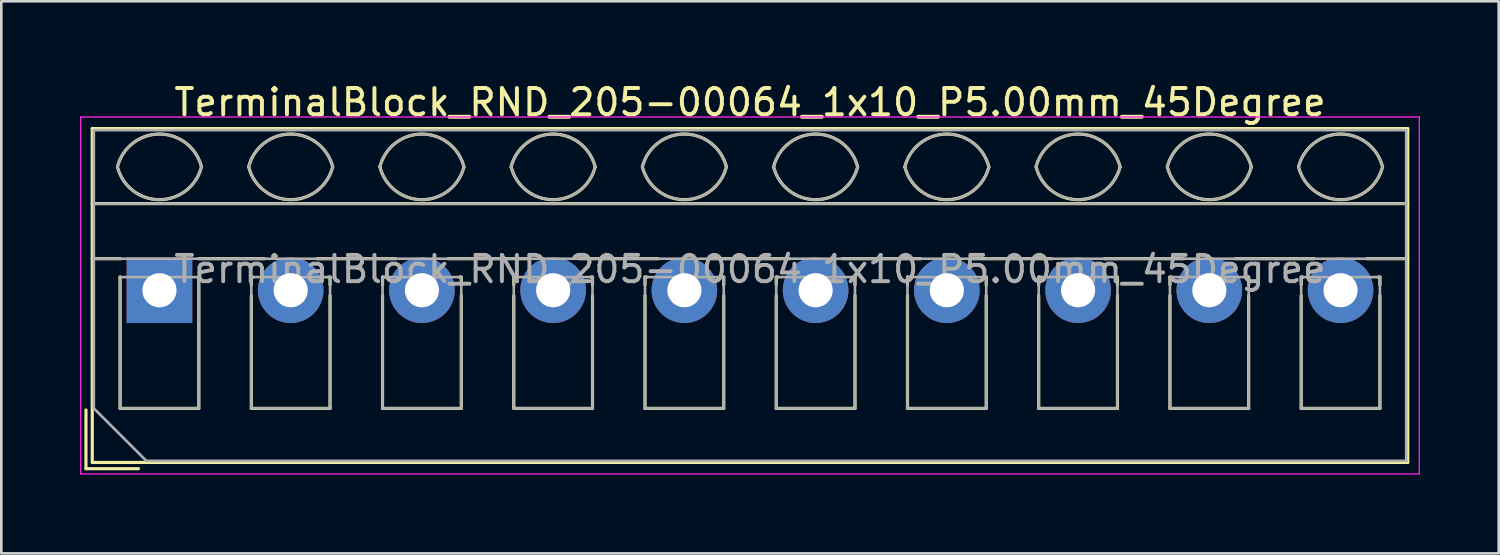
<source format=kicad_pcb>
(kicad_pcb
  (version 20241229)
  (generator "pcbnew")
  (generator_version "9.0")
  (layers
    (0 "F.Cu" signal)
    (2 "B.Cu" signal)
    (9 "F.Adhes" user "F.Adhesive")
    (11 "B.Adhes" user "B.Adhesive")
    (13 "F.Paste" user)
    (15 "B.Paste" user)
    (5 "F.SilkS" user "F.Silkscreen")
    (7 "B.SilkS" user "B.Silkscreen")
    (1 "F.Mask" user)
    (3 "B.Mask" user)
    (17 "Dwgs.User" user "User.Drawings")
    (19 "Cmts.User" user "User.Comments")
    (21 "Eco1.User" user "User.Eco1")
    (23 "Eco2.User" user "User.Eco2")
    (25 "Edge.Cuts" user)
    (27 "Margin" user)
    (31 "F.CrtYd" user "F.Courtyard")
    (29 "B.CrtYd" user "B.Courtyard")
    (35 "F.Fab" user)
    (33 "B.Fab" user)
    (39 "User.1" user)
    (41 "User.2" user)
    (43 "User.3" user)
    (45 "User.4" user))
  (footprint "TerminalBlock_RND_205-00064_1x10_P5.00mm_45Degree"
    (layer "F.Cu")
    (at 3.025 8.008)
    (property "Reference" "TerminalBlock_RND_205-00064_1x10_P5.00mm_45Degree" (at 22.5 -7.16 0) (layer "F.SilkS") (effects (font (size 1 1) (thickness 0.15))))
    (attr through_hole)
    (fp_line (start -2.8 4.56) (end -2.8 6.8) (stroke (width 0.12) (type solid)) (layer "F.SilkS"))
    (fp_line (start -2.8 6.8) (end -0.8 6.8) (stroke (width 0.12) (type solid)) (layer "F.SilkS"))
    (fp_line (start -2.56 -6.16) (end -2.56 6.56) (stroke (width 0.12) (type solid)) (layer "F.SilkS"))
    (fp_line (start -2.56 -6.16) (end 47.56 -6.16) (stroke (width 0.12) (type solid)) (layer "F.SilkS"))
    (fp_line (start -2.56 -3.301) (end 47.56 -3.301) (stroke (width 0.12) (type solid)) (layer "F.SilkS"))
    (fp_line (start -2.56 -1.201) (end -1.49 -1.201) (stroke (width 0.12) (type solid)) (layer "F.SilkS"))
    (fp_line (start -2.56 6.56) (end 47.56 6.56) (stroke (width 0.12) (type solid)) (layer "F.SilkS"))
    (fp_line (start -1.5 -0.5) (end -1.5 4.5) (stroke (width 0.12) (type solid)) (layer "F.SilkS"))
    (fp_line (start -1.5 -0.5) (end -1.49 -0.5) (stroke (width 0.12) (type solid)) (layer "F.SilkS"))
    (fp_line (start -1.5 4.5) (end 1.5 4.5) (stroke (width 0.12) (type solid)) (layer "F.SilkS"))
    (fp_line (start 1.49 -1.201) (end 4 -1.201) (stroke (width 0.12) (type solid)) (layer "F.SilkS"))
    (fp_line (start 1.49 -0.5) (end 1.5 -0.5) (stroke (width 0.12) (type solid)) (layer "F.SilkS"))
    (fp_line (start 1.5 -0.5) (end 1.5 4.5) (stroke (width 0.12) (type solid)) (layer "F.SilkS"))
    (fp_line (start 3.5 -0.5) (end 3.5 -0.202) (stroke (width 0.12) (type solid)) (layer "F.SilkS"))
    (fp_line (start 3.5 -0.5) (end 3.57 -0.5) (stroke (width 0.12) (type solid)) (layer "F.SilkS"))
    (fp_line (start 3.5 0.202) (end 3.5 4.5) (stroke (width 0.12) (type solid)) (layer "F.SilkS"))
    (fp_line (start 3.5 4.5) (end 6.5 4.5) (stroke (width 0.12) (type solid)) (layer "F.SilkS"))
    (fp_line (start 6.001 -1.201) (end 9 -1.201) (stroke (width 0.12) (type solid)) (layer "F.SilkS"))
    (fp_line (start 6.431 -0.5) (end 6.5 -0.5) (stroke (width 0.12) (type solid)) (layer "F.SilkS"))
    (fp_line (start 6.5 -0.5) (end 6.5 -0.202) (stroke (width 0.12) (type solid)) (layer "F.SilkS"))
    (fp_line (start 6.5 0.202) (end 6.5 4.5) (stroke (width 0.12) (type solid)) (layer "F.SilkS"))
    (fp_line (start 8.5 -0.5) (end 8.5 -0.202) (stroke (width 0.12) (type solid)) (layer "F.SilkS"))
    (fp_line (start 8.5 -0.5) (end 8.57 -0.5) (stroke (width 0.12) (type solid)) (layer "F.SilkS"))
    (fp_line (start 8.5 0.202) (end 8.5 4.5) (stroke (width 0.12) (type solid)) (layer "F.SilkS"))
    (fp_line (start 8.5 4.5) (end 11.5 4.5) (stroke (width 0.12) (type solid)) (layer "F.SilkS"))
    (fp_line (start 11.001 -1.201) (end 14 -1.201) (stroke (width 0.12) (type solid)) (layer "F.SilkS"))
    (fp_line (start 11.431 -0.5) (end 11.5 -0.5) (stroke (width 0.12) (type solid)) (layer "F.SilkS"))
    (fp_line (start 11.5 -0.5) (end 11.5 -0.202) (stroke (width 0.12) (type solid)) (layer "F.SilkS"))
    (fp_line (start 11.5 0.202) (end 11.5 4.5) (stroke (width 0.12) (type solid)) (layer "F.SilkS"))
    (fp_line (start 13.5 -0.5) (end 13.5 -0.202) (stroke (width 0.12) (type solid)) (layer "F.SilkS"))
    (fp_line (start 13.5 -0.5) (end 13.57 -0.5) (stroke (width 0.12) (type solid)) (layer "F.SilkS"))
    (fp_line (start 13.5 0.202) (end 13.5 4.5) (stroke (width 0.12) (type solid)) (layer "F.SilkS"))
    (fp_line (start 13.5 4.5) (end 16.5 4.5) (stroke (width 0.12) (type solid)) (layer "F.SilkS"))
    (fp_line (start 16.001 -1.201) (end 19 -1.201) (stroke (width 0.12) (type solid)) (layer "F.SilkS"))
    (fp_line (start 16.431 -0.5) (end 16.5 -0.5) (stroke (width 0.12) (type solid)) (layer "F.SilkS"))
    (fp_line (start 16.5 -0.5) (end 16.5 -0.202) (stroke (width 0.12) (type solid)) (layer "F.SilkS"))
    (fp_line (start 16.5 0.202) (end 16.5 4.5) (stroke (width 0.12) (type solid)) (layer "F.SilkS"))
    (fp_line (start 18.5 -0.5) (end 18.5 -0.202) (stroke (width 0.12) (type solid)) (layer "F.SilkS"))
    (fp_line (start 18.5 -0.5) (end 18.57 -0.5) (stroke (width 0.12) (type solid)) (layer "F.SilkS"))
    (fp_line (start 18.5 0.202) (end 18.5 4.5) (stroke (width 0.12) (type solid)) (layer "F.SilkS"))
    (fp_line (start 18.5 4.5) (end 21.5 4.5) (stroke (width 0.12) (type solid)) (layer "F.SilkS"))
    (fp_line (start 21.001 -1.201) (end 24 -1.201) (stroke (width 0.12) (type solid)) (layer "F.SilkS"))
    (fp_line (start 21.431 -0.5) (end 21.5 -0.5) (stroke (width 0.12) (type solid)) (layer "F.SilkS"))
    (fp_line (start 21.5 -0.5) (end 21.5 -0.202) (stroke (width 0.12) (type solid)) (layer "F.SilkS"))
    (fp_line (start 21.5 0.202) (end 21.5 4.5) (stroke (width 0.12) (type solid)) (layer "F.SilkS"))
    (fp_line (start 23.5 -0.5) (end 23.5 -0.202) (stroke (width 0.12) (type solid)) (layer "F.SilkS"))
    (fp_line (start 23.5 -0.5) (end 23.57 -0.5) (stroke (width 0.12) (type solid)) (layer "F.SilkS"))
    (fp_line (start 23.5 0.202) (end 23.5 4.5) (stroke (width 0.12) (type solid)) (layer "F.SilkS"))
    (fp_line (start 23.5 4.5) (end 26.5 4.5) (stroke (width 0.12) (type solid)) (layer "F.SilkS"))
    (fp_line (start 26.001 -1.201) (end 29 -1.201) (stroke (width 0.12) (type solid)) (layer "F.SilkS"))
    (fp_line (start 26.431 -0.5) (end 26.5 -0.5) (stroke (width 0.12) (type solid)) (layer "F.SilkS"))
    (fp_line (start 26.5 -0.5) (end 26.5 -0.202) (stroke (width 0.12) (type solid)) (layer "F.SilkS"))
    (fp_line (start 26.5 0.202) (end 26.5 4.5) (stroke (width 0.12) (type solid)) (layer "F.SilkS"))
    (fp_line (start 28.5 -0.5) (end 28.5 -0.202) (stroke (width 0.12) (type solid)) (layer "F.SilkS"))
    (fp_line (start 28.5 -0.5) (end 28.57 -0.5) (stroke (width 0.12) (type solid)) (layer "F.SilkS"))
    (fp_line (start 28.5 0.202) (end 28.5 4.5) (stroke (width 0.12) (type solid)) (layer "F.SilkS"))
    (fp_line (start 28.5 4.5) (end 31.5 4.5) (stroke (width 0.12) (type solid)) (layer "F.SilkS"))
    (fp_line (start 31.001 -1.201) (end 34 -1.201) (stroke (width 0.12) (type solid)) (layer "F.SilkS"))
    (fp_line (start 31.431 -0.5) (end 31.5 -0.5) (stroke (width 0.12) (type solid)) (layer "F.SilkS"))
    (fp_line (start 31.5 -0.5) (end 31.5 -0.202) (stroke (width 0.12) (type solid)) (layer "F.SilkS"))
    (fp_line (start 31.5 0.202) (end 31.5 4.5) (stroke (width 0.12) (type solid)) (layer "F.SilkS"))
    (fp_line (start 33.5 -0.5) (end 33.5 -0.202) (stroke (width 0.12) (type solid)) (layer "F.SilkS"))
    (fp_line (start 33.5 -0.5) (end 33.57 -0.5) (stroke (width 0.12) (type solid)) (layer "F.SilkS"))
    (fp_line (start 33.5 0.202) (end 33.5 4.5) (stroke (width 0.12) (type solid)) (layer "F.SilkS"))
    (fp_line (start 33.5 4.5) (end 36.5 4.5) (stroke (width 0.12) (type solid)) (layer "F.SilkS"))
    (fp_line (start 36.001 -1.201) (end 39 -1.201) (stroke (width 0.12) (type solid)) (layer "F.SilkS"))
    (fp_line (start 36.431 -0.5) (end 36.5 -0.5) (stroke (width 0.12) (type solid)) (layer "F.SilkS"))
    (fp_line (start 36.5 -0.5) (end 36.5 -0.202) (stroke (width 0.12) (type solid)) (layer "F.SilkS"))
    (fp_line (start 36.5 0.202) (end 36.5 4.5) (stroke (width 0.12) (type solid)) (layer "F.SilkS"))
    (fp_line (start 38.5 -0.5) (end 38.5 -0.202) (stroke (width 0.12) (type solid)) (layer "F.SilkS"))
    (fp_line (start 38.5 -0.5) (end 38.57 -0.5) (stroke (width 0.12) (type solid)) (layer "F.SilkS"))
    (fp_line (start 38.5 0.202) (end 38.5 4.5) (stroke (width 0.12) (type solid)) (layer "F.SilkS"))
    (fp_line (start 38.5 4.5) (end 41.5 4.5) (stroke (width 0.12) (type solid)) (layer "F.SilkS"))
    (fp_line (start 41.001 -1.201) (end 44 -1.201) (stroke (width 0.12) (type solid)) (layer "F.SilkS"))
    (fp_line (start 41.431 -0.5) (end 41.5 -0.5) (stroke (width 0.12) (type solid)) (layer "F.SilkS"))
    (fp_line (start 41.5 -0.5) (end 41.5 -0.202) (stroke (width 0.12) (type solid)) (layer "F.SilkS"))
    (fp_line (start 41.5 0.202) (end 41.5 4.5) (stroke (width 0.12) (type solid)) (layer "F.SilkS"))
    (fp_line (start 43.5 -0.5) (end 43.5 -0.202) (stroke (width 0.12) (type solid)) (layer "F.SilkS"))
    (fp_line (start 43.5 -0.5) (end 43.57 -0.5) (stroke (width 0.12) (type solid)) (layer "F.SilkS"))
    (fp_line (start 43.5 0.202) (end 43.5 4.5) (stroke (width 0.12) (type solid)) (layer "F.SilkS"))
    (fp_line (start 43.5 4.5) (end 46.5 4.5) (stroke (width 0.12) (type solid)) (layer "F.SilkS"))
    (fp_line (start 46.001 -1.201) (end 47.56 -1.201) (stroke (width 0.12) (type solid)) (layer "F.SilkS"))
    (fp_line (start 46.431 -0.5) (end 46.5 -0.5) (stroke (width 0.12) (type solid)) (layer "F.SilkS"))
    (fp_line (start 46.5 -0.5) (end 46.5 -0.202) (stroke (width 0.12) (type solid)) (layer "F.SilkS"))
    (fp_line (start 46.5 0.202) (end 46.5 4.5) (stroke (width 0.12) (type solid)) (layer "F.SilkS"))
    (fp_line (start 47.56 -6.16) (end 47.56 6.56) (stroke (width 0.12) (type solid)) (layer "F.SilkS"))
    (fp_arc (start -1.600914 -4.700344) (mid 0.000177 -5.95097) (end 1.601 -4.7) (stroke (width 0.12) (type solid)) (layer "F.SilkS"))
    (fp_arc (start 1.6 -4.7) (mid -0.000064 -3.45) (end -1.600031 -4.700125) (stroke (width 0.12) (type solid)) (layer "F.SilkS"))
    (fp_arc (start 3.399086 -4.700344) (mid 5.000177 -5.95097) (end 6.601 -4.7) (stroke (width 0.12) (type solid)) (layer "F.SilkS"))
    (fp_arc (start 6.6 -4.7) (mid 4.999936 -3.45) (end 3.399969 -4.700125) (stroke (width 0.12) (type solid)) (layer "F.SilkS"))
    (fp_arc (start 8.399086 -4.700344) (mid 10.000177 -5.95097) (end 11.601 -4.7) (stroke (width 0.12) (type solid)) (layer "F.SilkS"))
    (fp_arc (start 11.6 -4.7) (mid 9.999936 -3.45) (end 8.399969 -4.700125) (stroke (width 0.12) (type solid)) (layer "F.SilkS"))
    (fp_arc (start 13.399086 -4.700344) (mid 15.000177 -5.95097) (end 16.601 -4.7) (stroke (width 0.12) (type solid)) (layer "F.SilkS"))
    (fp_arc (start 16.6 -4.7) (mid 14.999936 -3.45) (end 13.399969 -4.700125) (stroke (width 0.12) (type solid)) (layer "F.SilkS"))
    (fp_arc (start 18.399086 -4.700344) (mid 20.000177 -5.95097) (end 21.601 -4.7) (stroke (width 0.12) (type solid)) (layer "F.SilkS"))
    (fp_arc (start 21.6 -4.7) (mid 19.999936 -3.45) (end 18.399969 -4.700125) (stroke (width 0.12) (type solid)) (layer "F.SilkS"))
    (fp_arc (start 23.399086 -4.700344) (mid 25.000177 -5.95097) (end 26.601 -4.7) (stroke (width 0.12) (type solid)) (layer "F.SilkS"))
    (fp_arc (start 26.6 -4.7) (mid 24.999936 -3.45) (end 23.399969 -4.700125) (stroke (width 0.12) (type solid)) (layer "F.SilkS"))
    (fp_arc (start 28.399086 -4.700344) (mid 30.000177 -5.95097) (end 31.601 -4.7) (stroke (width 0.12) (type solid)) (layer "F.SilkS"))
    (fp_arc (start 31.6 -4.7) (mid 29.999936 -3.45) (end 28.399969 -4.700125) (stroke (width 0.12) (type solid)) (layer "F.SilkS"))
    (fp_arc (start 33.399086 -4.700344) (mid 35.000177 -5.95097) (end 36.601 -4.7) (stroke (width 0.12) (type solid)) (layer "F.SilkS"))
    (fp_arc (start 36.6 -4.7) (mid 34.999936 -3.45) (end 33.399969 -4.700125) (stroke (width 0.12) (type solid)) (layer "F.SilkS"))
    (fp_arc (start 38.399086 -4.700344) (mid 40.000177 -5.95097) (end 41.601 -4.7) (stroke (width 0.12) (type solid)) (layer "F.SilkS"))
    (fp_arc (start 41.6 -4.7) (mid 39.999936 -3.45) (end 38.399969 -4.700125) (stroke (width 0.12) (type solid)) (layer "F.SilkS"))
    (fp_arc (start 43.399086 -4.700344) (mid 45.000177 -5.95097) (end 46.601 -4.7) (stroke (width 0.12) (type solid)) (layer "F.SilkS"))
    (fp_arc (start 46.6 -4.7) (mid 44.999936 -3.45) (end 43.399969 -4.700125) (stroke (width 0.12) (type solid)) (layer "F.SilkS"))
    (fp_line (start -3 -6.6) (end -3 7) (stroke (width 0.05) (type solid)) (layer "F.CrtYd"))
    (fp_line (start -3 7) (end 48 7) (stroke (width 0.05) (type solid)) (layer "F.CrtYd"))
    (fp_line (start 48 -6.6) (end -3 -6.6) (stroke (width 0.05) (type solid)) (layer "F.CrtYd"))
    (fp_line (start 48 7) (end 48 -6.6) (stroke (width 0.05) (type solid)) (layer "F.CrtYd"))
    (fp_line (start -2.5 -6.1) (end 47.5 -6.1) (stroke (width 0.1) (type solid)) (layer "F.Fab"))
    (fp_line (start -2.5 -3.3) (end 47.5 -3.3) (stroke (width 0.1) (type solid)) (layer "F.Fab"))
    (fp_line (start -2.5 -1.2) (end 47.5 -1.2) (stroke (width 0.1) (type solid)) (layer "F.Fab"))
    (fp_line (start -2.5 4.5) (end -2.5 -6.1) (stroke (width 0.1) (type solid)) (layer "F.Fab"))
    (fp_line (start -1.5 -0.5) (end -1.5 4.5) (stroke (width 0.1) (type solid)) (layer "F.Fab"))
    (fp_line (start -1.5 4.5) (end 1.5 4.5) (stroke (width 0.1) (type solid)) (layer "F.Fab"))
    (fp_line (start -0.5 6.5) (end -2.5 4.5) (stroke (width 0.1) (type solid)) (layer "F.Fab"))
    (fp_line (start 1.5 -0.5) (end -1.5 -0.5) (stroke (width 0.1) (type solid)) (layer "F.Fab"))
    (fp_line (start 1.5 4.5) (end 1.5 -0.5) (stroke (width 0.1) (type solid)) (layer "F.Fab"))
    (fp_line (start 3.5 -0.5) (end 3.5 4.5) (stroke (width 0.1) (type solid)) (layer "F.Fab"))
    (fp_line (start 3.5 4.5) (end 6.5 4.5) (stroke (width 0.1) (type solid)) (layer "F.Fab"))
    (fp_line (start 6.5 -0.5) (end 3.5 -0.5) (stroke (width 0.1) (type solid)) (layer "F.Fab"))
    (fp_line (start 6.5 4.5) (end 6.5 -0.5) (stroke (width 0.1) (type solid)) (layer "F.Fab"))
    (fp_line (start 8.5 -0.5) (end 8.5 4.5) (stroke (width 0.1) (type solid)) (layer "F.Fab"))
    (fp_line (start 8.5 4.5) (end 11.5 4.5) (stroke (width 0.1) (type solid)) (layer "F.Fab"))
    (fp_line (start 11.5 -0.5) (end 8.5 -0.5) (stroke (width 0.1) (type solid)) (layer "F.Fab"))
    (fp_line (start 11.5 4.5) (end 11.5 -0.5) (stroke (width 0.1) (type solid)) (layer "F.Fab"))
    (fp_line (start 13.5 -0.5) (end 13.5 4.5) (stroke (width 0.1) (type solid)) (layer "F.Fab"))
    (fp_line (start 13.5 4.5) (end 16.5 4.5) (stroke (width 0.1) (type solid)) (layer "F.Fab"))
    (fp_line (start 16.5 -0.5) (end 13.5 -0.5) (stroke (width 0.1) (type solid)) (layer "F.Fab"))
    (fp_line (start 16.5 4.5) (end 16.5 -0.5) (stroke (width 0.1) (type solid)) (layer "F.Fab"))
    (fp_line (start 18.5 -0.5) (end 18.5 4.5) (stroke (width 0.1) (type solid)) (layer "F.Fab"))
    (fp_line (start 18.5 4.5) (end 21.5 4.5) (stroke (width 0.1) (type solid)) (layer "F.Fab"))
    (fp_line (start 21.5 -0.5) (end 18.5 -0.5) (stroke (width 0.1) (type solid)) (layer "F.Fab"))
    (fp_line (start 21.5 4.5) (end 21.5 -0.5) (stroke (width 0.1) (type solid)) (layer "F.Fab"))
    (fp_line (start 23.5 -0.5) (end 23.5 4.5) (stroke (width 0.1) (type solid)) (layer "F.Fab"))
    (fp_line (start 23.5 4.5) (end 26.5 4.5) (stroke (width 0.1) (type solid)) (layer "F.Fab"))
    (fp_line (start 26.5 -0.5) (end 23.5 -0.5) (stroke (width 0.1) (type solid)) (layer "F.Fab"))
    (fp_line (start 26.5 4.5) (end 26.5 -0.5) (stroke (width 0.1) (type solid)) (layer "F.Fab"))
    (fp_line (start 28.5 -0.5) (end 28.5 4.5) (stroke (width 0.1) (type solid)) (layer "F.Fab"))
    (fp_line (start 28.5 4.5) (end 31.5 4.5) (stroke (width 0.1) (type solid)) (layer "F.Fab"))
    (fp_line (start 31.5 -0.5) (end 28.5 -0.5) (stroke (width 0.1) (type solid)) (layer "F.Fab"))
    (fp_line (start 31.5 4.5) (end 31.5 -0.5) (stroke (width 0.1) (type solid)) (layer "F.Fab"))
    (fp_line (start 33.5 -0.5) (end 33.5 4.5) (stroke (width 0.1) (type solid)) (layer "F.Fab"))
    (fp_line (start 33.5 4.5) (end 36.5 4.5) (stroke (width 0.1) (type solid)) (layer "F.Fab"))
    (fp_line (start 36.5 -0.5) (end 33.5 -0.5) (stroke (width 0.1) (type solid)) (layer "F.Fab"))
    (fp_line (start 36.5 4.5) (end 36.5 -0.5) (stroke (width 0.1) (type solid)) (layer "F.Fab"))
    (fp_line (start 38.5 -0.5) (end 38.5 4.5) (stroke (width 0.1) (type solid)) (layer "F.Fab"))
    (fp_line (start 38.5 4.5) (end 41.5 4.5) (stroke (width 0.1) (type solid)) (layer "F.Fab"))
    (fp_line (start 41.5 -0.5) (end 38.5 -0.5) (stroke (width 0.1) (type solid)) (layer "F.Fab"))
    (fp_line (start 41.5 4.5) (end 41.5 -0.5) (stroke (width 0.1) (type solid)) (layer "F.Fab"))
    (fp_line (start 43.5 -0.5) (end 43.5 4.5) (stroke (width 0.1) (type solid)) (layer "F.Fab"))
    (fp_line (start 43.5 4.5) (end 46.5 4.5) (stroke (width 0.1) (type solid)) (layer "F.Fab"))
    (fp_line (start 46.5 -0.5) (end 43.5 -0.5) (stroke (width 0.1) (type solid)) (layer "F.Fab"))
    (fp_line (start 46.5 4.5) (end 46.5 -0.5) (stroke (width 0.1) (type solid)) (layer "F.Fab"))
    (fp_line (start 47.5 -6.1) (end 47.5 6.5) (stroke (width 0.1) (type solid)) (layer "F.Fab"))
    (fp_line (start 47.5 6.5) (end -0.5 6.5) (stroke (width 0.1) (type solid)) (layer "F.Fab"))
    (fp_arc (start -1.600914 -4.700344) (mid 0.000177 -5.95097) (end 1.601 -4.7) (stroke (width 0.1) (type solid)) (layer "F.Fab"))
    (fp_arc (start 1.6 -4.7) (mid -0.000064 -3.45) (end -1.600031 -4.700125) (stroke (width 0.1) (type solid)) (layer "F.Fab"))
    (fp_arc (start 3.399086 -4.700344) (mid 5.000177 -5.95097) (end 6.601 -4.7) (stroke (width 0.1) (type solid)) (layer "F.Fab"))
    (fp_arc (start 6.6 -4.7) (mid 4.999936 -3.45) (end 3.399969 -4.700125) (stroke (width 0.1) (type solid)) (layer "F.Fab"))
    (fp_arc (start 8.399086 -4.700344) (mid 10.000177 -5.95097) (end 11.601 -4.7) (stroke (width 0.1) (type solid)) (layer "F.Fab"))
    (fp_arc (start 11.6 -4.7) (mid 9.999936 -3.45) (end 8.399969 -4.700125) (stroke (width 0.1) (type solid)) (layer "F.Fab"))
    (fp_arc (start 13.399086 -4.700344) (mid 15.000177 -5.95097) (end 16.601 -4.7) (stroke (width 0.1) (type solid)) (layer "F.Fab"))
    (fp_arc (start 16.6 -4.7) (mid 14.999936 -3.45) (end 13.399969 -4.700125) (stroke (width 0.1) (type solid)) (layer "F.Fab"))
    (fp_arc (start 18.399086 -4.700344) (mid 20.000177 -5.95097) (end 21.601 -4.7) (stroke (width 0.1) (type solid)) (layer "F.Fab"))
    (fp_arc (start 21.6 -4.7) (mid 19.999936 -3.45) (end 18.399969 -4.700125) (stroke (width 0.1) (type solid)) (layer "F.Fab"))
    (fp_arc (start 23.399086 -4.700344) (mid 25.000177 -5.95097) (end 26.601 -4.7) (stroke (width 0.1) (type solid)) (layer "F.Fab"))
    (fp_arc (start 26.6 -4.7) (mid 24.999936 -3.45) (end 23.399969 -4.700125) (stroke (width 0.1) (type solid)) (layer "F.Fab"))
    (fp_arc (start 28.399086 -4.700344) (mid 30.000177 -5.95097) (end 31.601 -4.7) (stroke (width 0.1) (type solid)) (layer "F.Fab"))
    (fp_arc (start 31.6 -4.7) (mid 29.999936 -3.45) (end 28.399969 -4.700125) (stroke (width 0.1) (type solid)) (layer "F.Fab"))
    (fp_arc (start 33.399086 -4.700344) (mid 35.000177 -5.95097) (end 36.601 -4.7) (stroke (width 0.1) (type solid)) (layer "F.Fab"))
    (fp_arc (start 36.6 -4.7) (mid 34.999936 -3.45) (end 33.399969 -4.700125) (stroke (width 0.1) (type solid)) (layer "F.Fab"))
    (fp_arc (start 38.399086 -4.700344) (mid 40.000177 -5.95097) (end 41.601 -4.7) (stroke (width 0.1) (type solid)) (layer "F.Fab"))
    (fp_arc (start 41.6 -4.7) (mid 39.999936 -3.45) (end 38.399969 -4.700125) (stroke (width 0.1) (type solid)) (layer "F.Fab"))
    (fp_arc (start 43.399086 -4.700344) (mid 45.000177 -5.95097) (end 46.601 -4.7) (stroke (width 0.1) (type solid)) (layer "F.Fab"))
    (fp_arc (start 46.6 -4.7) (mid 44.999936 -3.45) (end 43.399969 -4.700125) (stroke (width 0.1) (type solid)) (layer "F.Fab"))
    (fp_text user "${REFERENCE}" (at 22.5 -0.8 0) (layer "F.Fab") (effects (font (size 1 1) (thickness 0.15))))
    (pad "1" thru_hole rect (at 0 0) (size 2.5 2.5) (drill 1.3) (layers "*.Cu" "*.Mask"))
    (pad "2" thru_hole circle (at 5 0) (size 2.5 2.5) (drill 1.3) (layers "*.Cu" "*.Mask"))
    (pad "3" thru_hole circle (at 10 0) (size 2.5 2.5) (drill 1.3) (layers "*.Cu" "*.Mask"))
    (pad "4" thru_hole circle (at 15 0) (size 2.5 2.5) (drill 1.3) (layers "*.Cu" "*.Mask"))
    (pad "5" thru_hole circle (at 20 0) (size 2.5 2.5) (drill 1.3) (layers "*.Cu" "*.Mask"))
    (pad "6" thru_hole circle (at 25 0) (size 2.5 2.5) (drill 1.3) (layers "*.Cu" "*.Mask"))
    (pad "7" thru_hole circle (at 30 0) (size 2.5 2.5) (drill 1.3) (layers "*.Cu" "*.Mask"))
    (pad "8" thru_hole circle (at 35 0) (size 2.5 2.5) (drill 1.3) (layers "*.Cu" "*.Mask"))
    (pad "9" thru_hole circle (at 40 0) (size 2.5 2.5) (drill 1.3) (layers "*.Cu" "*.Mask"))
    (pad "10" thru_hole circle (at 45 0) (size 2.5 2.5) (drill 1.3) (layers "*.Cu" "*.Mask")))
  (gr_rect
    (start -3 -3)
    (end 54.05 18.033)
    (stroke (width 0.1) (type default))
    (fill no)
    (layer "Edge.Cuts")))
</source>
